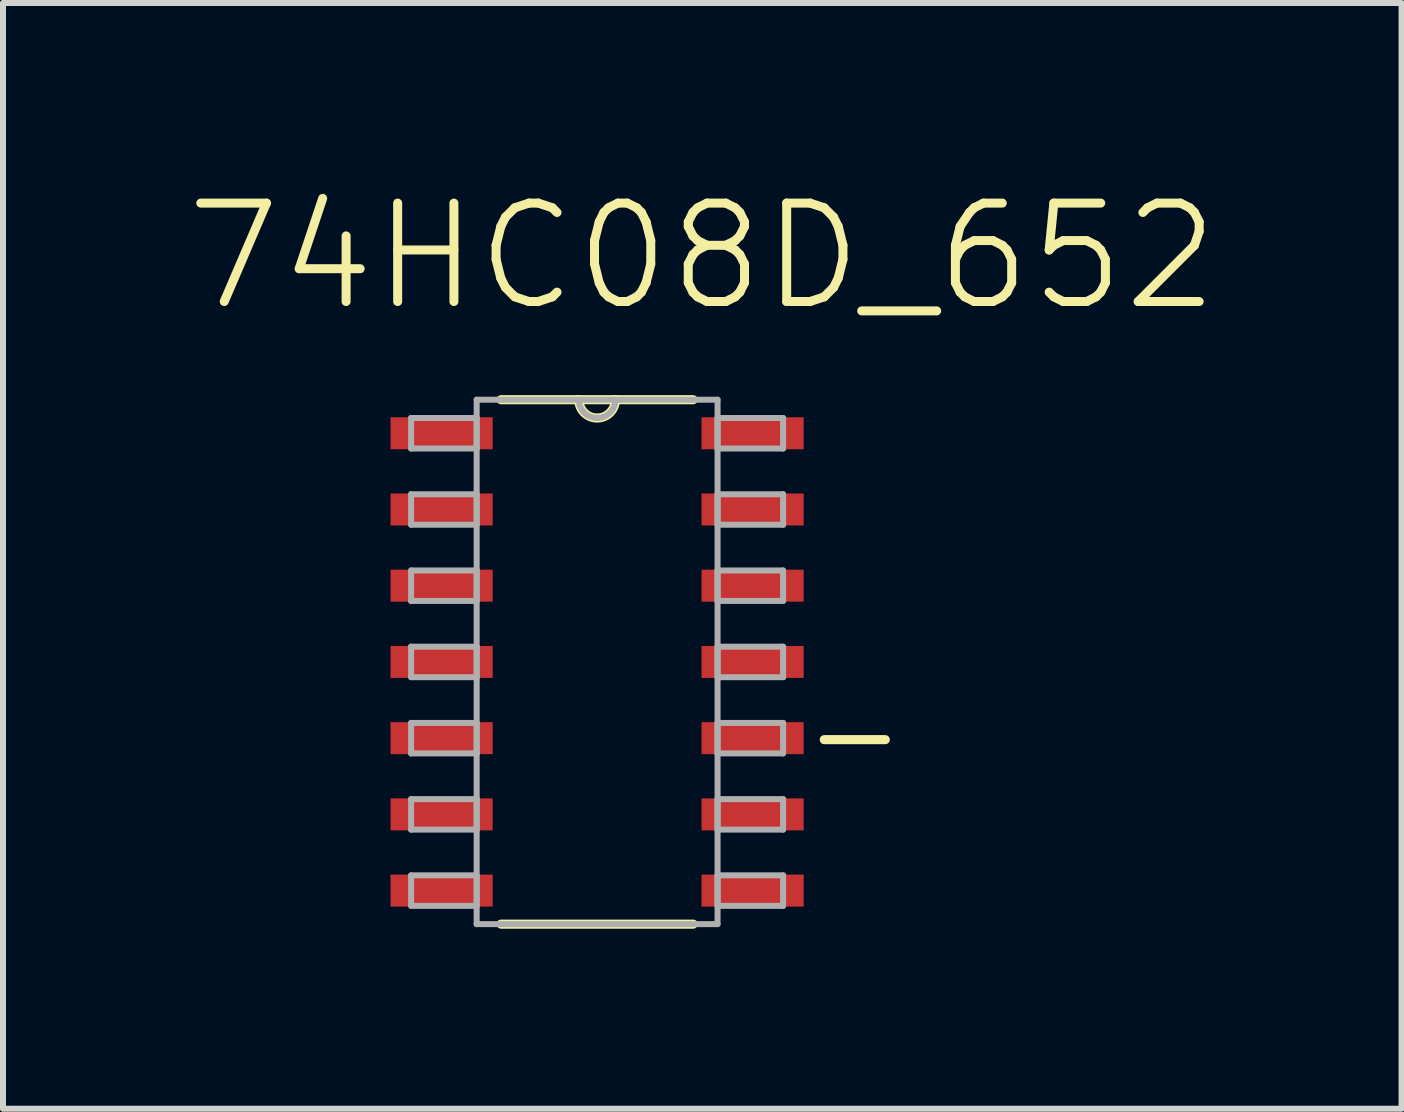
<source format=kicad_pcb>
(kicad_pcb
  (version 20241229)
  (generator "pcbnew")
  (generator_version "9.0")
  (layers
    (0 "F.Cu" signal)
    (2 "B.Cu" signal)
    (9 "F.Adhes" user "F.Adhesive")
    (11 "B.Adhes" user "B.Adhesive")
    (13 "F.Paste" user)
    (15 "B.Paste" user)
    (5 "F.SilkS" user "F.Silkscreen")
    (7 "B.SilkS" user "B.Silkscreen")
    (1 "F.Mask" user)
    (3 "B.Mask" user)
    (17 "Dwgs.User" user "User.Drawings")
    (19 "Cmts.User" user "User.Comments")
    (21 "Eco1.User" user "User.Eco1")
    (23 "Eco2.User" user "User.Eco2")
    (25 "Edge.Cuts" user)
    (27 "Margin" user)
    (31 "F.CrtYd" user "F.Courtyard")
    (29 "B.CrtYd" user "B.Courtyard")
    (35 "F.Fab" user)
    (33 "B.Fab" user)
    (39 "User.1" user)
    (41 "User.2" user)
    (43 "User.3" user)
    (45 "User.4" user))
  (footprint "74HC08D_652"
    (layer "F.Cu")
    (at 6.899 7.979)
    (property "Reference" "74HC08D_652" (at 1.753 -6.756 0) (layer "F.SilkS") (effects (font (size 1.64 1.64) (thickness 0.15))))
    (attr smd)
    (fp_line (start -1.6 4.369) (end 1.6 4.369) (stroke (width 0.152) (type solid)) (layer "F.SilkS"))
    (fp_line (start -0.305 -4.369) (end -1.6 -4.369) (stroke (width 0.152) (type solid)) (layer "F.SilkS"))
    (fp_line (start 0.305 -4.369) (end -0.305 -4.369) (stroke (width 0.152) (type solid)) (layer "F.SilkS"))
    (fp_line (start 1.6 -4.369) (end 0.305 -4.369) (stroke (width 0.152) (type solid)) (layer "F.SilkS"))
    (fp_line (start 4.801 1.295) (end 3.785 1.295) (stroke (width 0.152) (type solid)) (layer "F.SilkS"))
    (fp_arc (start 0.3048 -4.3688) (mid 0 -4.064) (end -0.3048 -4.3688) (stroke (width 0.1524) (type solid)) (layer "F.SilkS"))
    (fp_line (start -3.099 -4.064) (end -3.099 -3.556) (stroke (width 0.1) (type solid)) (layer "F.Fab"))
    (fp_line (start -3.099 -3.556) (end -2.007 -3.556) (stroke (width 0.1) (type solid)) (layer "F.Fab"))
    (fp_line (start -3.099 -2.794) (end -3.099 -2.286) (stroke (width 0.1) (type solid)) (layer "F.Fab"))
    (fp_line (start -3.099 -2.286) (end -2.007 -2.286) (stroke (width 0.1) (type solid)) (layer "F.Fab"))
    (fp_line (start -3.099 -1.524) (end -3.099 -1.016) (stroke (width 0.1) (type solid)) (layer "F.Fab"))
    (fp_line (start -3.099 -1.016) (end -2.007 -1.016) (stroke (width 0.1) (type solid)) (layer "F.Fab"))
    (fp_line (start -3.099 -0.254) (end -3.099 0.254) (stroke (width 0.1) (type solid)) (layer "F.Fab"))
    (fp_line (start -3.099 0.254) (end -2.007 0.254) (stroke (width 0.1) (type solid)) (layer "F.Fab"))
    (fp_line (start -3.099 1.016) (end -3.099 1.524) (stroke (width 0.1) (type solid)) (layer "F.Fab"))
    (fp_line (start -3.099 1.524) (end -2.007 1.524) (stroke (width 0.1) (type solid)) (layer "F.Fab"))
    (fp_line (start -3.099 2.286) (end -3.099 2.794) (stroke (width 0.1) (type solid)) (layer "F.Fab"))
    (fp_line (start -3.099 2.794) (end -2.007 2.794) (stroke (width 0.1) (type solid)) (layer "F.Fab"))
    (fp_line (start -3.099 3.556) (end -3.099 4.064) (stroke (width 0.1) (type solid)) (layer "F.Fab"))
    (fp_line (start -3.099 4.064) (end -2.007 4.064) (stroke (width 0.1) (type solid)) (layer "F.Fab"))
    (fp_line (start -2.007 -4.369) (end -2.007 4.369) (stroke (width 0.1) (type solid)) (layer "F.Fab"))
    (fp_line (start -2.007 -4.064) (end -3.099 -4.064) (stroke (width 0.1) (type solid)) (layer "F.Fab"))
    (fp_line (start -2.007 -3.556) (end -2.007 -4.064) (stroke (width 0.1) (type solid)) (layer "F.Fab"))
    (fp_line (start -2.007 -2.794) (end -3.099 -2.794) (stroke (width 0.1) (type solid)) (layer "F.Fab"))
    (fp_line (start -2.007 -2.286) (end -2.007 -2.794) (stroke (width 0.1) (type solid)) (layer "F.Fab"))
    (fp_line (start -2.007 -1.524) (end -3.099 -1.524) (stroke (width 0.1) (type solid)) (layer "F.Fab"))
    (fp_line (start -2.007 -1.016) (end -2.007 -1.524) (stroke (width 0.1) (type solid)) (layer "F.Fab"))
    (fp_line (start -2.007 -0.254) (end -3.099 -0.254) (stroke (width 0.1) (type solid)) (layer "F.Fab"))
    (fp_line (start -2.007 0.254) (end -2.007 -0.254) (stroke (width 0.1) (type solid)) (layer "F.Fab"))
    (fp_line (start -2.007 1.016) (end -3.099 1.016) (stroke (width 0.1) (type solid)) (layer "F.Fab"))
    (fp_line (start -2.007 1.524) (end -2.007 1.016) (stroke (width 0.1) (type solid)) (layer "F.Fab"))
    (fp_line (start -2.007 2.286) (end -3.099 2.286) (stroke (width 0.1) (type solid)) (layer "F.Fab"))
    (fp_line (start -2.007 2.794) (end -2.007 2.286) (stroke (width 0.1) (type solid)) (layer "F.Fab"))
    (fp_line (start -2.007 3.556) (end -3.099 3.556) (stroke (width 0.1) (type solid)) (layer "F.Fab"))
    (fp_line (start -2.007 4.064) (end -2.007 3.556) (stroke (width 0.1) (type solid)) (layer "F.Fab"))
    (fp_line (start -2.007 4.369) (end 2.007 4.369) (stroke (width 0.1) (type solid)) (layer "F.Fab"))
    (fp_line (start -0.305 -4.369) (end -2.007 -4.369) (stroke (width 0.1) (type solid)) (layer "F.Fab"))
    (fp_line (start 0.305 -4.369) (end -0.305 -4.369) (stroke (width 0.1) (type solid)) (layer "F.Fab"))
    (fp_line (start 2.007 -4.369) (end 0.305 -4.369) (stroke (width 0.1) (type solid)) (layer "F.Fab"))
    (fp_line (start 2.007 -4.064) (end 2.007 -3.556) (stroke (width 0.1) (type solid)) (layer "F.Fab"))
    (fp_line (start 2.007 -3.556) (end 3.099 -3.556) (stroke (width 0.1) (type solid)) (layer "F.Fab"))
    (fp_line (start 2.007 -2.794) (end 2.007 -2.286) (stroke (width 0.1) (type solid)) (layer "F.Fab"))
    (fp_line (start 2.007 -2.286) (end 3.099 -2.286) (stroke (width 0.1) (type solid)) (layer "F.Fab"))
    (fp_line (start 2.007 -1.524) (end 2.007 -1.016) (stroke (width 0.1) (type solid)) (layer "F.Fab"))
    (fp_line (start 2.007 -1.016) (end 3.099 -1.016) (stroke (width 0.1) (type solid)) (layer "F.Fab"))
    (fp_line (start 2.007 -0.254) (end 2.007 0.254) (stroke (width 0.1) (type solid)) (layer "F.Fab"))
    (fp_line (start 2.007 0.254) (end 3.099 0.254) (stroke (width 0.1) (type solid)) (layer "F.Fab"))
    (fp_line (start 2.007 1.016) (end 2.007 1.524) (stroke (width 0.1) (type solid)) (layer "F.Fab"))
    (fp_line (start 2.007 1.524) (end 3.099 1.524) (stroke (width 0.1) (type solid)) (layer "F.Fab"))
    (fp_line (start 2.007 2.286) (end 2.007 2.794) (stroke (width 0.1) (type solid)) (layer "F.Fab"))
    (fp_line (start 2.007 2.794) (end 3.099 2.794) (stroke (width 0.1) (type solid)) (layer "F.Fab"))
    (fp_line (start 2.007 3.556) (end 2.007 4.064) (stroke (width 0.1) (type solid)) (layer "F.Fab"))
    (fp_line (start 2.007 4.064) (end 3.099 4.064) (stroke (width 0.1) (type solid)) (layer "F.Fab"))
    (fp_line (start 2.007 4.369) (end 2.007 -4.369) (stroke (width 0.1) (type solid)) (layer "F.Fab"))
    (fp_line (start 3.099 -4.064) (end 2.007 -4.064) (stroke (width 0.1) (type solid)) (layer "F.Fab"))
    (fp_line (start 3.099 -3.556) (end 3.099 -4.064) (stroke (width 0.1) (type solid)) (layer "F.Fab"))
    (fp_line (start 3.099 -2.794) (end 2.007 -2.794) (stroke (width 0.1) (type solid)) (layer "F.Fab"))
    (fp_line (start 3.099 -2.286) (end 3.099 -2.794) (stroke (width 0.1) (type solid)) (layer "F.Fab"))
    (fp_line (start 3.099 -1.524) (end 2.007 -1.524) (stroke (width 0.1) (type solid)) (layer "F.Fab"))
    (fp_line (start 3.099 -1.016) (end 3.099 -1.524) (stroke (width 0.1) (type solid)) (layer "F.Fab"))
    (fp_line (start 3.099 -0.254) (end 2.007 -0.254) (stroke (width 0.1) (type solid)) (layer "F.Fab"))
    (fp_line (start 3.099 0.254) (end 3.099 -0.254) (stroke (width 0.1) (type solid)) (layer "F.Fab"))
    (fp_line (start 3.099 1.016) (end 2.007 1.016) (stroke (width 0.1) (type solid)) (layer "F.Fab"))
    (fp_line (start 3.099 1.524) (end 3.099 1.016) (stroke (width 0.1) (type solid)) (layer "F.Fab"))
    (fp_line (start 3.099 2.286) (end 2.007 2.286) (stroke (width 0.1) (type solid)) (layer "F.Fab"))
    (fp_line (start 3.099 2.794) (end 3.099 2.286) (stroke (width 0.1) (type solid)) (layer "F.Fab"))
    (fp_line (start 3.099 3.556) (end 2.007 3.556) (stroke (width 0.1) (type solid)) (layer "F.Fab"))
    (fp_line (start 3.099 4.064) (end 3.099 3.556) (stroke (width 0.1) (type solid)) (layer "F.Fab"))
    (fp_arc (start 0.3048 -4.3688) (mid 0 -4.064) (end -0.3048 -4.3688) (stroke (width 0.1) (type solid)) (layer "F.Fab"))
    (pad "1" smd rect (at -2.591 -3.81) (size 1.702 0.533) (layers "F.Cu" "F.Mask" "F.Paste"))
    (pad "2" smd rect (at -2.591 -2.54) (size 1.702 0.533) (layers "F.Cu" "F.Mask" "F.Paste"))
    (pad "3" smd rect (at -2.591 -1.27) (size 1.702 0.533) (layers "F.Cu" "F.Mask" "F.Paste"))
    (pad "4" smd rect (at -2.591 0) (size 1.702 0.533) (layers "F.Cu" "F.Mask" "F.Paste"))
    (pad "5" smd rect (at -2.591 1.27) (size 1.702 0.533) (layers "F.Cu" "F.Mask" "F.Paste"))
    (pad "6" smd rect (at -2.591 2.54) (size 1.702 0.533) (layers "F.Cu" "F.Mask" "F.Paste"))
    (pad "7" smd rect (at -2.591 3.81) (size 1.702 0.533) (layers "F.Cu" "F.Mask" "F.Paste"))
    (pad "8" smd rect (at 2.591 3.81) (size 1.702 0.533) (layers "F.Cu" "F.Mask" "F.Paste"))
    (pad "9" smd rect (at 2.591 2.54) (size 1.702 0.533) (layers "F.Cu" "F.Mask" "F.Paste"))
    (pad "10" smd rect (at 2.591 1.27) (size 1.702 0.533) (layers "F.Cu" "F.Mask" "F.Paste"))
    (pad "11" smd rect (at 2.591 0) (size 1.702 0.533) (layers "F.Cu" "F.Mask" "F.Paste"))
    (pad "12" smd rect (at 2.591 -1.27) (size 1.702 0.533) (layers "F.Cu" "F.Mask" "F.Paste"))
    (pad "13" smd rect (at 2.591 -2.54) (size 1.702 0.533) (layers "F.Cu" "F.Mask" "F.Paste"))
    (pad "14" smd rect (at 2.591 -3.81) (size 1.702 0.533) (layers "F.Cu" "F.Mask" "F.Paste")))
  (gr_rect
    (start -3 -3)
    (end 20.303 15.424)
    (stroke (width 0.1) (type default))
    (fill no)
    (layer "Edge.Cuts")))
</source>
